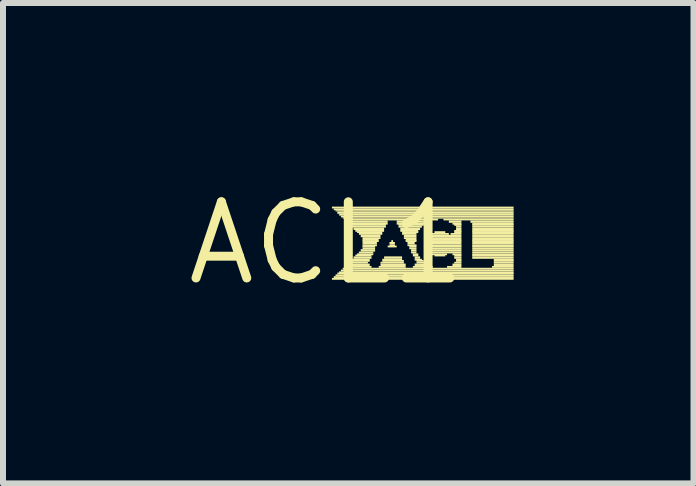
<source format=kicad_pcb>
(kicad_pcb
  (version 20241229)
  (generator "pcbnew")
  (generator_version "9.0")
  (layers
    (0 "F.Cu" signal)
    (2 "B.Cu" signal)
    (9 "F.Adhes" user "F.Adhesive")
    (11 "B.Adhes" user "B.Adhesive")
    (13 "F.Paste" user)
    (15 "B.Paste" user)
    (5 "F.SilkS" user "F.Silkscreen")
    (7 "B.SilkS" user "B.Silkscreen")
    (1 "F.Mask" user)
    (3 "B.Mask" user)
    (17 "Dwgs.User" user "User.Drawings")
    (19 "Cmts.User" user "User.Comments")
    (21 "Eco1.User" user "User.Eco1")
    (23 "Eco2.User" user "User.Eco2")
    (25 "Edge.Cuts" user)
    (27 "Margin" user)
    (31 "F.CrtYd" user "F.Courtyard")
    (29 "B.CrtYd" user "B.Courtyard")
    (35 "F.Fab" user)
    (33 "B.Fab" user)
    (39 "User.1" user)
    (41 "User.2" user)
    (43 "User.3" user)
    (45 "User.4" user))
  (footprint "ACL1"
    (layer "F.Cu")
    (at 2.396 1.006)
    (property "Reference" "ACL1" (at 0 0 0) (layer "F.SilkS") (effects (font (size 1.27 1.27) (thickness 0.15))))
    (fp_poly (pts (xy 0.09 -0.58) (xy 3.12 -0.58) (xy 3.12 -0.61) (xy 0.09 -0.61)) (stroke (width 0) (type default)) (fill yes) (layer "F.SilkS"))
    (fp_poly (pts (xy 0.09 0.61) (xy 3.12 0.61) (xy 3.12 0.58) (xy 0.09 0.58)) (stroke (width 0) (type default)) (fill yes) (layer "F.SilkS"))
    (fp_poly (pts (xy 0.12 -0.55) (xy 3.12 -0.55) (xy 3.12 -0.58) (xy 0.12 -0.58)) (stroke (width 0) (type default)) (fill yes) (layer "F.SilkS"))
    (fp_poly (pts (xy 0.12 0.58) (xy 3.12 0.58) (xy 3.12 0.55) (xy 0.12 0.55)) (stroke (width 0) (type default)) (fill yes) (layer "F.SilkS"))
    (fp_poly (pts (xy 0.15 -0.53) (xy 3.12 -0.53) (xy 3.12 -0.55) (xy 0.15 -0.55)) (stroke (width 0) (type default)) (fill yes) (layer "F.SilkS"))
    (fp_poly (pts (xy 0.15 0.55) (xy 3.12 0.55) (xy 3.12 0.52) (xy 0.15 0.52)) (stroke (width 0) (type default)) (fill yes) (layer "F.SilkS"))
    (fp_poly (pts (xy 0.18 -0.49) (xy 3.12 -0.49) (xy 3.12 -0.53) (xy 0.18 -0.53)) (stroke (width 0) (type default)) (fill yes) (layer "F.SilkS"))
    (fp_poly (pts (xy 0.18 0.52) (xy 3.12 0.52) (xy 3.12 0.49) (xy 0.18 0.49)) (stroke (width 0) (type default)) (fill yes) (layer "F.SilkS"))
    (fp_poly (pts (xy 0.21 -0.46) (xy 3.12 -0.46) (xy 3.12 -0.49) (xy 0.21 -0.49)) (stroke (width 0) (type default)) (fill yes) (layer "F.SilkS"))
    (fp_poly (pts (xy 0.21 0.5) (xy 3.12 0.5) (xy 3.12 0.47) (xy 0.21 0.47)) (stroke (width 0) (type default)) (fill yes) (layer "F.SilkS"))
    (fp_poly (pts (xy 0.24 -0.43) (xy 3.12 -0.43) (xy 3.12 -0.46) (xy 0.24 -0.46)) (stroke (width 0) (type default)) (fill yes) (layer "F.SilkS"))
    (fp_poly (pts (xy 0.24 0.47) (xy 3.12 0.47) (xy 3.12 0.44) (xy 0.24 0.44)) (stroke (width 0) (type default)) (fill yes) (layer "F.SilkS"))
    (fp_poly (pts (xy 0.27 -0.41) (xy 3.12 -0.41) (xy 3.12 -0.43) (xy 0.27 -0.43)) (stroke (width 0) (type default)) (fill yes) (layer "F.SilkS"))
    (fp_poly (pts (xy 0.27 0.44) (xy 3.12 0.44) (xy 3.12 0.41) (xy 0.27 0.41)) (stroke (width 0) (type default)) (fill yes) (layer "F.SilkS"))
    (fp_poly (pts (xy 0.3 -0.38) (xy 1.86 -0.38) (xy 1.86 -0.41) (xy 0.3 -0.41)) (stroke (width 0) (type default)) (fill yes) (layer "F.SilkS"))
    (fp_poly (pts (xy 0.3 0.41) (xy 0.75 0.41) (xy 0.75 0.38) (xy 0.3 0.38)) (stroke (width 0) (type default)) (fill yes) (layer "F.SilkS"))
    (fp_poly (pts (xy 0.33 -0.34) (xy 1.02 -0.34) (xy 1.02 -0.38) (xy 0.33 -0.38)) (stroke (width 0) (type default)) (fill yes) (layer "F.SilkS"))
    (fp_poly (pts (xy 0.33 0.38) (xy 0.72 0.38) (xy 0.72 0.34) (xy 0.33 0.34)) (stroke (width 0) (type default)) (fill yes) (layer "F.SilkS"))
    (fp_poly (pts (xy 0.36 -0.31) (xy 1.02 -0.31) (xy 1.02 -0.34) (xy 0.36 -0.34)) (stroke (width 0) (type default)) (fill yes) (layer "F.SilkS"))
    (fp_poly (pts (xy 0.36 0.34) (xy 0.69 0.34) (xy 0.69 0.31) (xy 0.36 0.31)) (stroke (width 0) (type default)) (fill yes) (layer "F.SilkS"))
    (fp_poly (pts (xy 0.39 -0.29) (xy 0.99 -0.29) (xy 0.99 -0.32) (xy 0.39 -0.32)) (stroke (width 0) (type default)) (fill yes) (layer "F.SilkS"))
    (fp_poly (pts (xy 0.39 0.31) (xy 0.72 0.31) (xy 0.72 0.28) (xy 0.39 0.28)) (stroke (width 0) (type default)) (fill yes) (layer "F.SilkS"))
    (fp_poly (pts (xy 0.42 -0.26) (xy 0.99 -0.26) (xy 0.99 -0.29) (xy 0.42 -0.29)) (stroke (width 0) (type default)) (fill yes) (layer "F.SilkS"))
    (fp_poly (pts (xy 0.42 0.29) (xy 0.72 0.29) (xy 0.72 0.26) (xy 0.42 0.26)) (stroke (width 0) (type default)) (fill yes) (layer "F.SilkS"))
    (fp_poly (pts (xy 0.45 -0.22) (xy 0.96 -0.22) (xy 0.96 -0.26) (xy 0.45 -0.26)) (stroke (width 0) (type default)) (fill yes) (layer "F.SilkS"))
    (fp_poly (pts (xy 0.45 0.26) (xy 0.75 0.26) (xy 0.75 0.22) (xy 0.45 0.22)) (stroke (width 0) (type default)) (fill yes) (layer "F.SilkS"))
    (fp_poly (pts (xy 0.48 -0.19) (xy 0.96 -0.19) (xy 0.96 -0.22) (xy 0.48 -0.22)) (stroke (width 0) (type default)) (fill yes) (layer "F.SilkS"))
    (fp_poly (pts (xy 0.48 0.22) (xy 0.75 0.22) (xy 0.75 0.19) (xy 0.48 0.19)) (stroke (width 0) (type default)) (fill yes) (layer "F.SilkS"))
    (fp_poly (pts (xy 0.51 -0.17) (xy 0.93 -0.17) (xy 0.93 -0.2) (xy 0.51 -0.2)) (stroke (width 0) (type default)) (fill yes) (layer "F.SilkS"))
    (fp_poly (pts (xy 0.51 0.2) (xy 0.78 0.2) (xy 0.78 0.17) (xy 0.51 0.17)) (stroke (width 0) (type default)) (fill yes) (layer "F.SilkS"))
    (fp_poly (pts (xy 0.54 -0.14) (xy 0.93 -0.14) (xy 0.93 -0.17) (xy 0.54 -0.17)) (stroke (width 0) (type default)) (fill yes) (layer "F.SilkS"))
    (fp_poly (pts (xy 0.54 0.17) (xy 0.78 0.17) (xy 0.78 0.14) (xy 0.54 0.14)) (stroke (width 0) (type default)) (fill yes) (layer "F.SilkS"))
    (fp_poly (pts (xy 0.57 -0.1) (xy 0.9 -0.1) (xy 0.9 -0.14) (xy 0.57 -0.14)) (stroke (width 0) (type default)) (fill yes) (layer "F.SilkS"))
    (fp_poly (pts (xy 0.57 0.14) (xy 0.81 0.14) (xy 0.81 0.1) (xy 0.57 0.1)) (stroke (width 0) (type default)) (fill yes) (layer "F.SilkS"))
    (fp_poly (pts (xy 0.6 -0.07) (xy 0.9 -0.07) (xy 0.9 -0.1) (xy 0.6 -0.1)) (stroke (width 0) (type default)) (fill yes) (layer "F.SilkS"))
    (fp_poly (pts (xy 0.6 -0.04) (xy 0.87 -0.04) (xy 0.87 -0.07) (xy 0.6 -0.07)) (stroke (width 0) (type default)) (fill yes) (layer "F.SilkS"))
    (fp_poly (pts (xy 0.6 -0.02) (xy 0.87 -0.02) (xy 0.87 -0.05) (xy 0.6 -0.05)) (stroke (width 0) (type default)) (fill yes) (layer "F.SilkS"))
    (fp_poly (pts (xy 0.6 0.02) (xy 0.84 0.02) (xy 0.84 -0.02) (xy 0.6 -0.02)) (stroke (width 0) (type default)) (fill yes) (layer "F.SilkS"))
    (fp_poly (pts (xy 0.6 0.05) (xy 0.84 0.05) (xy 0.84 0.02) (xy 0.6 0.02)) (stroke (width 0) (type default)) (fill yes) (layer "F.SilkS"))
    (fp_poly (pts (xy 0.6 0.07) (xy 0.81 0.07) (xy 0.81 0.04) (xy 0.6 0.04)) (stroke (width 0) (type default)) (fill yes) (layer "F.SilkS"))
    (fp_poly (pts (xy 0.6 0.1) (xy 0.81 0.1) (xy 0.81 0.07) (xy 0.6 0.07)) (stroke (width 0) (type default)) (fill yes) (layer "F.SilkS"))
    (fp_poly (pts (xy 0.87 0.41) (xy 1.32 0.41) (xy 1.32 0.38) (xy 0.87 0.38)) (stroke (width 0) (type default)) (fill yes) (layer "F.SilkS"))
    (fp_poly (pts (xy 0.9 0.34) (xy 1.29 0.34) (xy 1.29 0.31) (xy 0.9 0.31)) (stroke (width 0) (type default)) (fill yes) (layer "F.SilkS"))
    (fp_poly (pts (xy 0.9 0.38) (xy 1.32 0.38) (xy 1.32 0.34) (xy 0.9 0.34)) (stroke (width 0) (type default)) (fill yes) (layer "F.SilkS"))
    (fp_poly (pts (xy 0.93 0.29) (xy 1.26 0.29) (xy 1.26 0.26) (xy 0.93 0.26)) (stroke (width 0) (type default)) (fill yes) (layer "F.SilkS"))
    (fp_poly (pts (xy 0.93 0.31) (xy 1.29 0.31) (xy 1.29 0.28) (xy 0.93 0.28)) (stroke (width 0) (type default)) (fill yes) (layer "F.SilkS"))
    (fp_poly (pts (xy 0.96 0.26) (xy 1.26 0.26) (xy 1.26 0.22) (xy 0.96 0.22)) (stroke (width 0) (type default)) (fill yes) (layer "F.SilkS"))
    (fp_poly (pts (xy 1.02 0.07) (xy 1.17 0.07) (xy 1.17 0.04) (xy 1.02 0.04)) (stroke (width 0) (type default)) (fill yes) (layer "F.SilkS"))
    (fp_poly (pts (xy 1.05 0.02) (xy 1.14 0.02) (xy 1.14 -0.02) (xy 1.05 -0.02)) (stroke (width 0) (type default)) (fill yes) (layer "F.SilkS"))
    (fp_poly (pts (xy 1.05 0.05) (xy 1.14 0.05) (xy 1.14 0.02) (xy 1.05 0.02)) (stroke (width 0) (type default)) (fill yes) (layer "F.SilkS"))
    (fp_poly (pts (xy 1.08 -0.02) (xy 1.11 -0.02) (xy 1.11 -0.05) (xy 1.08 -0.05)) (stroke (width 0) (type default)) (fill yes) (layer "F.SilkS"))
    (fp_poly (pts (xy 1.17 -0.34) (xy 1.74 -0.34) (xy 1.74 -0.38) (xy 1.17 -0.38)) (stroke (width 0) (type default)) (fill yes) (layer "F.SilkS"))
    (fp_poly (pts (xy 1.17 -0.31) (xy 1.68 -0.31) (xy 1.68 -0.34) (xy 1.17 -0.34)) (stroke (width 0) (type default)) (fill yes) (layer "F.SilkS"))
    (fp_poly (pts (xy 1.2 -0.29) (xy 1.62 -0.29) (xy 1.62 -0.32) (xy 1.2 -0.32)) (stroke (width 0) (type default)) (fill yes) (layer "F.SilkS"))
    (fp_poly (pts (xy 1.2 -0.26) (xy 1.59 -0.26) (xy 1.59 -0.29) (xy 1.2 -0.29)) (stroke (width 0) (type default)) (fill yes) (layer "F.SilkS"))
    (fp_poly (pts (xy 1.23 -0.22) (xy 1.56 -0.22) (xy 1.56 -0.26) (xy 1.23 -0.26)) (stroke (width 0) (type default)) (fill yes) (layer "F.SilkS"))
    (fp_poly (pts (xy 1.23 -0.19) (xy 1.53 -0.19) (xy 1.53 -0.22) (xy 1.23 -0.22)) (stroke (width 0) (type default)) (fill yes) (layer "F.SilkS"))
    (fp_poly (pts (xy 1.26 -0.17) (xy 1.53 -0.17) (xy 1.53 -0.2) (xy 1.26 -0.2)) (stroke (width 0) (type default)) (fill yes) (layer "F.SilkS"))
    (fp_poly (pts (xy 1.26 -0.14) (xy 1.5 -0.14) (xy 1.5 -0.17) (xy 1.26 -0.17)) (stroke (width 0) (type default)) (fill yes) (layer "F.SilkS"))
    (fp_poly (pts (xy 1.29 -0.1) (xy 1.5 -0.1) (xy 1.5 -0.14) (xy 1.29 -0.14)) (stroke (width 0) (type default)) (fill yes) (layer "F.SilkS"))
    (fp_poly (pts (xy 1.29 -0.07) (xy 1.5 -0.07) (xy 1.5 -0.1) (xy 1.29 -0.1)) (stroke (width 0) (type default)) (fill yes) (layer "F.SilkS"))
    (fp_poly (pts (xy 1.32 -0.04) (xy 1.5 -0.04) (xy 1.5 -0.07) (xy 1.32 -0.07)) (stroke (width 0) (type default)) (fill yes) (layer "F.SilkS"))
    (fp_poly (pts (xy 1.32 -0.02) (xy 1.5 -0.02) (xy 1.5 -0.05) (xy 1.32 -0.05)) (stroke (width 0) (type default)) (fill yes) (layer "F.SilkS"))
    (fp_poly (pts (xy 1.35 0.02) (xy 1.47 0.02) (xy 1.47 -0.02) (xy 1.35 -0.02)) (stroke (width 0) (type default)) (fill yes) (layer "F.SilkS"))
    (fp_poly (pts (xy 1.35 0.05) (xy 1.5 0.05) (xy 1.5 0.02) (xy 1.35 0.02)) (stroke (width 0) (type default)) (fill yes) (layer "F.SilkS"))
    (fp_poly (pts (xy 1.38 0.07) (xy 1.5 0.07) (xy 1.5 0.04) (xy 1.38 0.04)) (stroke (width 0) (type default)) (fill yes) (layer "F.SilkS"))
    (fp_poly (pts (xy 1.38 0.1) (xy 1.5 0.1) (xy 1.5 0.07) (xy 1.38 0.07)) (stroke (width 0) (type default)) (fill yes) (layer "F.SilkS"))
    (fp_poly (pts (xy 1.41 0.14) (xy 1.5 0.14) (xy 1.5 0.1) (xy 1.41 0.1)) (stroke (width 0) (type default)) (fill yes) (layer "F.SilkS"))
    (fp_poly (pts (xy 1.41 0.17) (xy 1.5 0.17) (xy 1.5 0.14) (xy 1.41 0.14)) (stroke (width 0) (type default)) (fill yes) (layer "F.SilkS"))
    (fp_poly (pts (xy 1.44 0.2) (xy 1.53 0.2) (xy 1.53 0.17) (xy 1.44 0.17)) (stroke (width 0) (type default)) (fill yes) (layer "F.SilkS"))
    (fp_poly (pts (xy 1.44 0.22) (xy 1.53 0.22) (xy 1.53 0.19) (xy 1.44 0.19)) (stroke (width 0) (type default)) (fill yes) (layer "F.SilkS"))
    (fp_poly (pts (xy 1.44 0.41) (xy 1.77 0.41) (xy 1.77 0.38) (xy 1.44 0.38)) (stroke (width 0) (type default)) (fill yes) (layer "F.SilkS"))
    (fp_poly (pts (xy 1.47 0.26) (xy 1.56 0.26) (xy 1.56 0.22) (xy 1.47 0.22)) (stroke (width 0) (type default)) (fill yes) (layer "F.SilkS"))
    (fp_poly (pts (xy 1.47 0.29) (xy 1.59 0.29) (xy 1.59 0.26) (xy 1.47 0.26)) (stroke (width 0) (type default)) (fill yes) (layer "F.SilkS"))
    (fp_poly (pts (xy 1.47 0.38) (xy 1.68 0.38) (xy 1.68 0.34) (xy 1.47 0.34)) (stroke (width 0) (type default)) (fill yes) (layer "F.SilkS"))
    (fp_poly (pts (xy 1.5 0.31) (xy 1.62 0.31) (xy 1.62 0.28) (xy 1.5 0.28)) (stroke (width 0) (type default)) (fill yes) (layer "F.SilkS"))
    (fp_poly (pts (xy 1.5 0.34) (xy 1.65 0.34) (xy 1.65 0.31) (xy 1.5 0.31)) (stroke (width 0) (type default)) (fill yes) (layer "F.SilkS"))
    (fp_poly (pts (xy 1.68 -0.07) (xy 2.25 -0.07) (xy 2.25 -0.1) (xy 1.68 -0.1)) (stroke (width 0) (type default)) (fill yes) (layer "F.SilkS"))
    (fp_poly (pts (xy 1.68 -0.04) (xy 2.25 -0.04) (xy 2.25 -0.07) (xy 1.68 -0.07)) (stroke (width 0) (type default)) (fill yes) (layer "F.SilkS"))
    (fp_poly (pts (xy 1.68 -0.02) (xy 2.25 -0.02) (xy 2.25 -0.05) (xy 1.68 -0.05)) (stroke (width 0) (type default)) (fill yes) (layer "F.SilkS"))
    (fp_poly (pts (xy 1.68 0.02) (xy 2.25 0.02) (xy 2.25 -0.02) (xy 1.68 -0.02)) (stroke (width 0) (type default)) (fill yes) (layer "F.SilkS"))
    (fp_poly (pts (xy 1.68 0.05) (xy 2.25 0.05) (xy 2.25 0.02) (xy 1.68 0.02)) (stroke (width 0) (type default)) (fill yes) (layer "F.SilkS"))
    (fp_poly (pts (xy 1.68 0.07) (xy 2.25 0.07) (xy 2.25 0.04) (xy 1.68 0.04)) (stroke (width 0) (type default)) (fill yes) (layer "F.SilkS"))
    (fp_poly (pts (xy 1.68 0.1) (xy 2.25 0.1) (xy 2.25 0.07) (xy 1.68 0.07)) (stroke (width 0) (type default)) (fill yes) (layer "F.SilkS"))
    (fp_poly (pts (xy 1.71 -0.1) (xy 2.25 -0.1) (xy 2.25 -0.14) (xy 1.71 -0.14)) (stroke (width 0) (type default)) (fill yes) (layer "F.SilkS"))
    (fp_poly (pts (xy 1.71 0.14) (xy 2.25 0.14) (xy 2.25 0.1) (xy 1.71 0.1)) (stroke (width 0) (type default)) (fill yes) (layer "F.SilkS"))
    (fp_poly (pts (xy 1.71 0.17) (xy 2.25 0.17) (xy 2.25 0.14) (xy 1.71 0.14)) (stroke (width 0) (type default)) (fill yes) (layer "F.SilkS"))
    (fp_poly (pts (xy 1.74 -0.14) (xy 2.04 -0.14) (xy 2.04 -0.17) (xy 1.74 -0.17)) (stroke (width 0) (type default)) (fill yes) (layer "F.SilkS"))
    (fp_poly (pts (xy 1.74 0.2) (xy 2.01 0.2) (xy 2.01 0.17) (xy 1.74 0.17)) (stroke (width 0) (type default)) (fill yes) (layer "F.SilkS"))
    (fp_poly (pts (xy 1.8 -0.17) (xy 1.98 -0.17) (xy 1.98 -0.2) (xy 1.8 -0.2)) (stroke (width 0) (type default)) (fill yes) (layer "F.SilkS"))
    (fp_poly (pts (xy 1.8 0.22) (xy 1.98 0.22) (xy 1.98 0.19) (xy 1.8 0.19)) (stroke (width 0) (type default)) (fill yes) (layer "F.SilkS"))
    (fp_poly (pts (xy 1.95 -0.38) (xy 3.12 -0.38) (xy 3.12 -0.41) (xy 1.95 -0.41)) (stroke (width 0) (type default)) (fill yes) (layer "F.SilkS"))
    (fp_poly (pts (xy 2.01 0.41) (xy 2.25 0.41) (xy 2.25 0.38) (xy 2.01 0.38)) (stroke (width 0) (type default)) (fill yes) (layer "F.SilkS"))
    (fp_poly (pts (xy 2.04 -0.34) (xy 2.25 -0.34) (xy 2.25 -0.38) (xy 2.04 -0.38)) (stroke (width 0) (type default)) (fill yes) (layer "F.SilkS"))
    (fp_poly (pts (xy 2.07 -0.14) (xy 2.25 -0.14) (xy 2.25 -0.17) (xy 2.07 -0.17)) (stroke (width 0) (type default)) (fill yes) (layer "F.SilkS"))
    (fp_poly (pts (xy 2.1 -0.31) (xy 2.25 -0.31) (xy 2.25 -0.34) (xy 2.1 -0.34)) (stroke (width 0) (type default)) (fill yes) (layer "F.SilkS"))
    (fp_poly (pts (xy 2.1 0.2) (xy 2.25 0.2) (xy 2.25 0.17) (xy 2.1 0.17)) (stroke (width 0) (type default)) (fill yes) (layer "F.SilkS"))
    (fp_poly (pts (xy 2.1 0.38) (xy 2.25 0.38) (xy 2.25 0.34) (xy 2.1 0.34)) (stroke (width 0) (type default)) (fill yes) (layer "F.SilkS"))
    (fp_poly (pts (xy 2.13 -0.29) (xy 2.25 -0.29) (xy 2.25 -0.32) (xy 2.13 -0.32)) (stroke (width 0) (type default)) (fill yes) (layer "F.SilkS"))
    (fp_poly (pts (xy 2.13 -0.19) (xy 2.25 -0.19) (xy 2.25 -0.22) (xy 2.13 -0.22)) (stroke (width 0) (type default)) (fill yes) (layer "F.SilkS"))
    (fp_poly (pts (xy 2.13 -0.17) (xy 2.25 -0.17) (xy 2.25 -0.2) (xy 2.13 -0.2)) (stroke (width 0) (type default)) (fill yes) (layer "F.SilkS"))
    (fp_poly (pts (xy 2.13 0.22) (xy 2.25 0.22) (xy 2.25 0.19) (xy 2.13 0.19)) (stroke (width 0) (type default)) (fill yes) (layer "F.SilkS"))
    (fp_poly (pts (xy 2.13 0.26) (xy 2.25 0.26) (xy 2.25 0.22) (xy 2.13 0.22)) (stroke (width 0) (type default)) (fill yes) (layer "F.SilkS"))
    (fp_poly (pts (xy 2.13 0.34) (xy 2.25 0.34) (xy 2.25 0.31) (xy 2.13 0.31)) (stroke (width 0) (type default)) (fill yes) (layer "F.SilkS"))
    (fp_poly (pts (xy 2.16 -0.26) (xy 2.25 -0.26) (xy 2.25 -0.29) (xy 2.16 -0.29)) (stroke (width 0) (type default)) (fill yes) (layer "F.SilkS"))
    (fp_poly (pts (xy 2.16 -0.22) (xy 2.25 -0.22) (xy 2.25 -0.26) (xy 2.16 -0.26)) (stroke (width 0) (type default)) (fill yes) (layer "F.SilkS"))
    (fp_poly (pts (xy 2.16 0.29) (xy 2.25 0.29) (xy 2.25 0.26) (xy 2.16 0.26)) (stroke (width 0) (type default)) (fill yes) (layer "F.SilkS"))
    (fp_poly (pts (xy 2.16 0.31) (xy 2.25 0.31) (xy 2.25 0.28) (xy 2.16 0.28)) (stroke (width 0) (type default)) (fill yes) (layer "F.SilkS"))
    (fp_poly (pts (xy 2.4 -0.34) (xy 3.12 -0.34) (xy 3.12 -0.38) (xy 2.4 -0.38)) (stroke (width 0) (type default)) (fill yes) (layer "F.SilkS"))
    (fp_poly (pts (xy 2.43 -0.31) (xy 3.12 -0.31) (xy 3.12 -0.34) (xy 2.43 -0.34)) (stroke (width 0) (type default)) (fill yes) (layer "F.SilkS"))
    (fp_poly (pts (xy 2.43 -0.29) (xy 3.12 -0.29) (xy 3.12 -0.32) (xy 2.43 -0.32)) (stroke (width 0) (type default)) (fill yes) (layer "F.SilkS"))
    (fp_poly (pts (xy 2.43 -0.26) (xy 3.12 -0.26) (xy 3.12 -0.29) (xy 2.43 -0.29)) (stroke (width 0) (type default)) (fill yes) (layer "F.SilkS"))
    (fp_poly (pts (xy 2.43 -0.22) (xy 3.12 -0.22) (xy 3.12 -0.26) (xy 2.43 -0.26)) (stroke (width 0) (type default)) (fill yes) (layer "F.SilkS"))
    (fp_poly (pts (xy 2.43 -0.19) (xy 3.12 -0.19) (xy 3.12 -0.22) (xy 2.43 -0.22)) (stroke (width 0) (type default)) (fill yes) (layer "F.SilkS"))
    (fp_poly (pts (xy 2.43 -0.17) (xy 3.12 -0.17) (xy 3.12 -0.2) (xy 2.43 -0.2)) (stroke (width 0) (type default)) (fill yes) (layer "F.SilkS"))
    (fp_poly (pts (xy 2.43 -0.14) (xy 3.12 -0.14) (xy 3.12 -0.17) (xy 2.43 -0.17)) (stroke (width 0) (type default)) (fill yes) (layer "F.SilkS"))
    (fp_poly (pts (xy 2.43 -0.1) (xy 3.12 -0.1) (xy 3.12 -0.14) (xy 2.43 -0.14)) (stroke (width 0) (type default)) (fill yes) (layer "F.SilkS"))
    (fp_poly (pts (xy 2.43 -0.07) (xy 3.12 -0.07) (xy 3.12 -0.1) (xy 2.43 -0.1)) (stroke (width 0) (type default)) (fill yes) (layer "F.SilkS"))
    (fp_poly (pts (xy 2.43 -0.04) (xy 3.12 -0.04) (xy 3.12 -0.07) (xy 2.43 -0.07)) (stroke (width 0) (type default)) (fill yes) (layer "F.SilkS"))
    (fp_poly (pts (xy 2.43 -0.02) (xy 3.12 -0.02) (xy 3.12 -0.05) (xy 2.43 -0.05)) (stroke (width 0) (type default)) (fill yes) (layer "F.SilkS"))
    (fp_poly (pts (xy 2.43 0.02) (xy 3.12 0.02) (xy 3.12 -0.02) (xy 2.43 -0.02)) (stroke (width 0) (type default)) (fill yes) (layer "F.SilkS"))
    (fp_poly (pts (xy 2.43 0.05) (xy 3.12 0.05) (xy 3.12 0.02) (xy 2.43 0.02)) (stroke (width 0) (type default)) (fill yes) (layer "F.SilkS"))
    (fp_poly (pts (xy 2.43 0.07) (xy 3.12 0.07) (xy 3.12 0.04) (xy 2.43 0.04)) (stroke (width 0) (type default)) (fill yes) (layer "F.SilkS"))
    (fp_poly (pts (xy 2.43 0.1) (xy 3.12 0.1) (xy 3.12 0.07) (xy 2.43 0.07)) (stroke (width 0) (type default)) (fill yes) (layer "F.SilkS"))
    (fp_poly (pts (xy 2.43 0.14) (xy 3.12 0.14) (xy 3.12 0.1) (xy 2.43 0.1)) (stroke (width 0) (type default)) (fill yes) (layer "F.SilkS"))
    (fp_poly (pts (xy 2.43 0.17) (xy 3.12 0.17) (xy 3.12 0.14) (xy 2.43 0.14)) (stroke (width 0) (type default)) (fill yes) (layer "F.SilkS"))
    (fp_poly (pts (xy 2.43 0.2) (xy 3.12 0.2) (xy 3.12 0.17) (xy 2.43 0.17)) (stroke (width 0) (type default)) (fill yes) (layer "F.SilkS"))
    (fp_poly (pts (xy 2.43 0.22) (xy 3.12 0.22) (xy 3.12 0.19) (xy 2.43 0.19)) (stroke (width 0) (type default)) (fill yes) (layer "F.SilkS"))
    (fp_poly (pts (xy 2.43 0.26) (xy 3.12 0.26) (xy 3.12 0.22) (xy 2.43 0.22)) (stroke (width 0) (type default)) (fill yes) (layer "F.SilkS"))
    (fp_poly (pts (xy 2.76 0.41) (xy 3.12 0.41) (xy 3.12 0.38) (xy 2.76 0.38)) (stroke (width 0) (type default)) (fill yes) (layer "F.SilkS"))
    (fp_poly (pts (xy 2.79 0.29) (xy 3.12 0.29) (xy 3.12 0.26) (xy 2.79 0.26)) (stroke (width 0) (type default)) (fill yes) (layer "F.SilkS"))
    (fp_poly (pts (xy 2.79 0.31) (xy 3.12 0.31) (xy 3.12 0.28) (xy 2.79 0.28)) (stroke (width 0) (type default)) (fill yes) (layer "F.SilkS"))
    (fp_poly (pts (xy 2.79 0.34) (xy 3.12 0.34) (xy 3.12 0.31) (xy 2.79 0.31)) (stroke (width 0) (type default)) (fill yes) (layer "F.SilkS"))
    (fp_poly (pts (xy 2.79 0.38) (xy 3.12 0.38) (xy 3.12 0.34) (xy 2.79 0.34)) (stroke (width 0) (type default)) (fill yes) (layer "F.SilkS")))
  (gr_rect
    (start -3 -3)
    (end 8.516 5.012)
    (stroke (width 0.1) (type default))
    (fill no)
    (layer "Edge.Cuts")))
</source>
